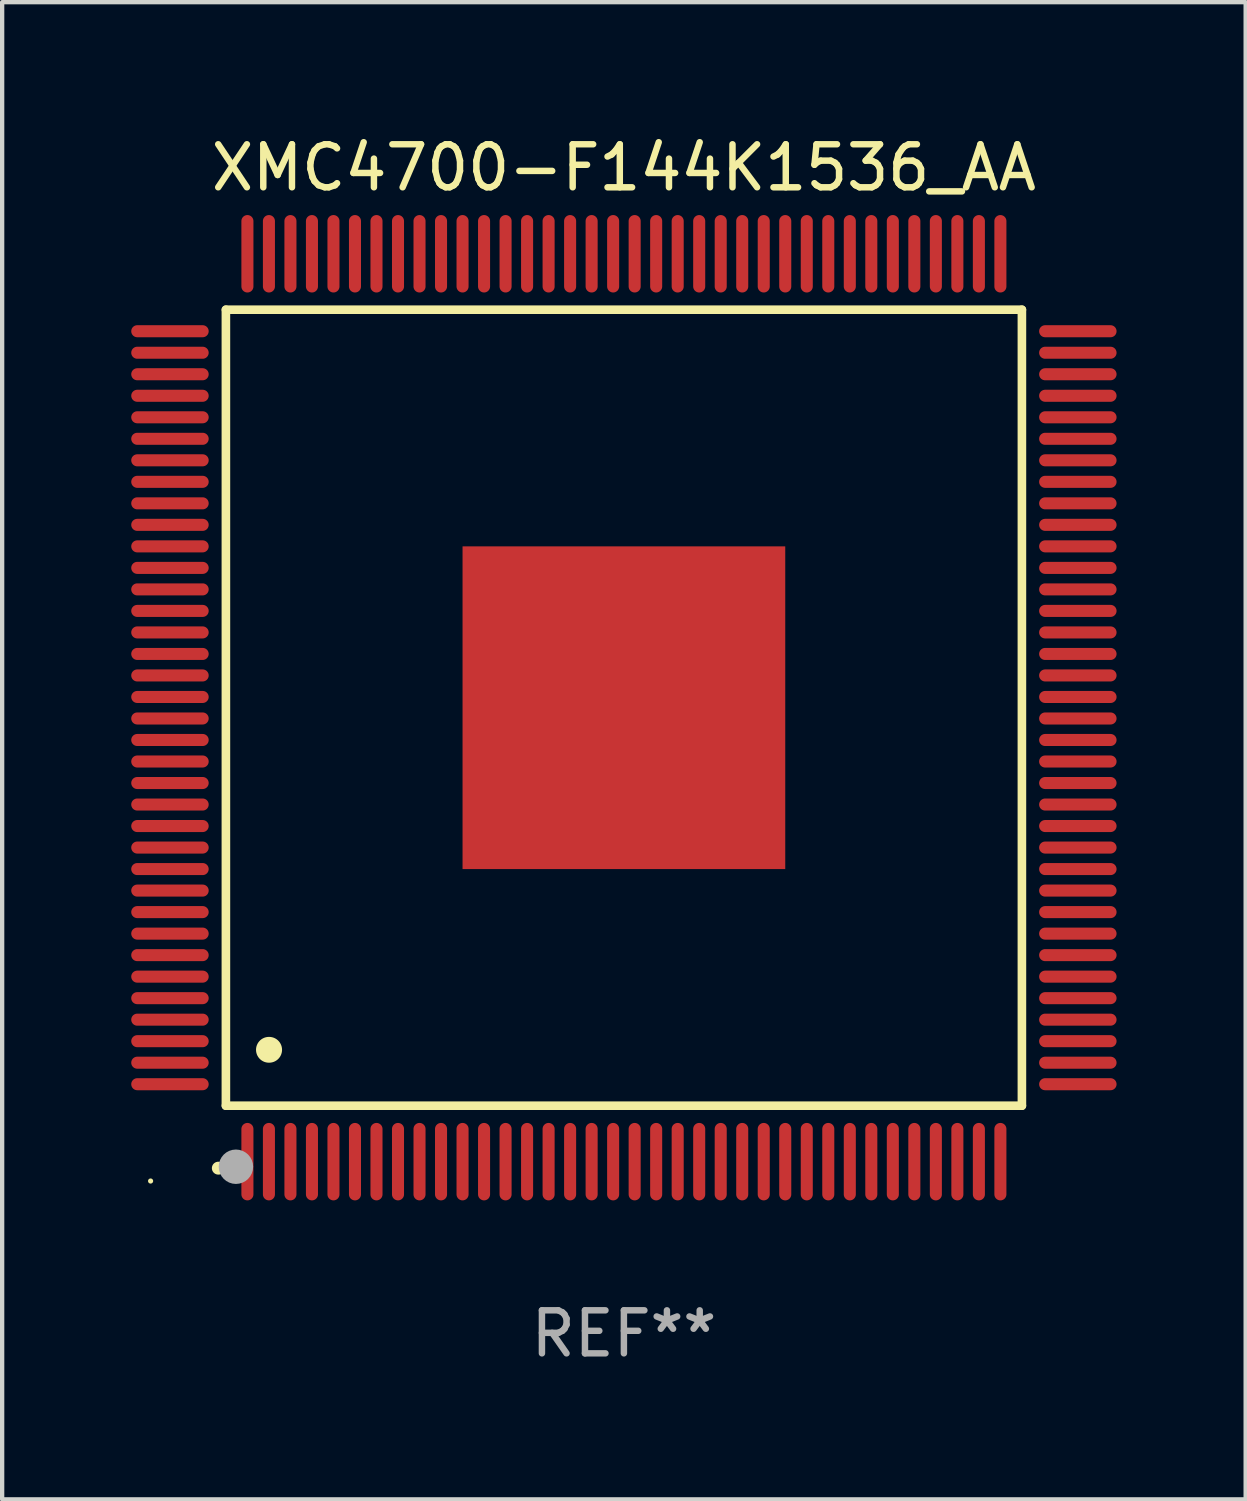
<source format=kicad_pcb>
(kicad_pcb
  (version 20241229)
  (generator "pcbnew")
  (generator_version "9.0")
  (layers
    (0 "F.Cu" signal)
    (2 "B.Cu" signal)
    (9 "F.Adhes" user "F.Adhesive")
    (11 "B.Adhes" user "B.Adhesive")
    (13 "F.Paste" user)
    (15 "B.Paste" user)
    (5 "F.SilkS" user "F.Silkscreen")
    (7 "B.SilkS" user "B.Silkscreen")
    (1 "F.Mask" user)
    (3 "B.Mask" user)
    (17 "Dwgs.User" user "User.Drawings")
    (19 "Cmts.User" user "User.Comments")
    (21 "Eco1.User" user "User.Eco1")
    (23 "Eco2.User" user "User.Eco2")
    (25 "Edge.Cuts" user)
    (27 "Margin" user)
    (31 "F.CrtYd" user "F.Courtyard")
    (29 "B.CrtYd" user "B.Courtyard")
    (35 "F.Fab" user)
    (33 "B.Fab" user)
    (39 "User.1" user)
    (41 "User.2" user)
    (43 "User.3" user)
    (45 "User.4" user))
  (footprint "XMC4700-F144K1536_AA"
    (layer "F.Cu")
    (at 11.45 13.398)
    (property "Reference" "XMC4700-F144K1536_AA" (at 0 -12.55 0) (layer "F.SilkS") (effects (font (size 1 1) (thickness 0.15))))
    (attr through_hole)
    (fp_line (start -9.25 -9.25) (end 9.25 -9.25) (stroke (width 0.2) (type solid)) (layer "F.SilkS"))
    (fp_line (start -9.25 9.25) (end -9.25 -9.25) (stroke (width 0.2) (type solid)) (layer "F.SilkS"))
    (fp_line (start 9.25 -9.25) (end 9.25 9.25) (stroke (width 0.2) (type solid)) (layer "F.SilkS"))
    (fp_line (start 9.25 9.25) (end -9.25 9.25) (stroke (width 0.2) (type solid)) (layer "F.SilkS"))
    (fp_arc (start -9.425959 10.701041) (mid -9.424689 10.701036) (end -9.423419 10.701041) (stroke (width 0.3) (type solid)) (layer "F.SilkS"))
    (fp_arc (start -8.249936 7.950216) (mid -8.247396 7.950205) (end -8.244856 7.950216) (stroke (width 0.6) (type solid)) (layer "F.SilkS"))
    (fp_circle (center -11 11) (end -10.97 11) (stroke (width 0.06) (type solid)) (fill no) (layer "F.SilkS"))
    (fp_circle (center -9.017 10.668) (end -8.817 10.668) (stroke (width 0.4) (type solid)) (fill no) (layer "F.Fab"))
    (fp_text user "REF**" (at 0 14.55 0) (layer "F.Fab") (effects (font (size 1 1) (thickness 0.15))))
    (pad "1" smd oval (at -8.75 10.55 180) (size 0.28 1.8) (layers "F.Cu" "F.Mask" "F.Paste"))
    (pad "2" smd oval (at -8.25 10.55 180) (size 0.28 1.8) (layers "F.Cu" "F.Mask" "F.Paste"))
    (pad "3" smd oval (at -7.75 10.55 180) (size 0.28 1.8) (layers "F.Cu" "F.Mask" "F.Paste"))
    (pad "4" smd oval (at -7.25 10.55 180) (size 0.28 1.8) (layers "F.Cu" "F.Mask" "F.Paste"))
    (pad "5" smd oval (at -6.75 10.55 180) (size 0.28 1.8) (layers "F.Cu" "F.Mask" "F.Paste"))
    (pad "6" smd oval (at -6.25 10.55 180) (size 0.28 1.8) (layers "F.Cu" "F.Mask" "F.Paste"))
    (pad "7" smd oval (at -5.75 10.55 180) (size 0.28 1.8) (layers "F.Cu" "F.Mask" "F.Paste"))
    (pad "8" smd oval (at -5.25 10.55 180) (size 0.28 1.8) (layers "F.Cu" "F.Mask" "F.Paste"))
    (pad "9" smd oval (at -4.75 10.55 180) (size 0.28 1.8) (layers "F.Cu" "F.Mask" "F.Paste"))
    (pad "10" smd oval (at -4.25 10.55 180) (size 0.28 1.8) (layers "F.Cu" "F.Mask" "F.Paste"))
    (pad "11" smd oval (at -3.75 10.55 180) (size 0.28 1.8) (layers "F.Cu" "F.Mask" "F.Paste"))
    (pad "12" smd oval (at -3.25 10.55 180) (size 0.28 1.8) (layers "F.Cu" "F.Mask" "F.Paste"))
    (pad "13" smd oval (at -2.75 10.55 180) (size 0.28 1.8) (layers "F.Cu" "F.Mask" "F.Paste"))
    (pad "14" smd oval (at -2.25 10.55 180) (size 0.28 1.8) (layers "F.Cu" "F.Mask" "F.Paste"))
    (pad "15" smd oval (at -1.75 10.55 180) (size 0.28 1.8) (layers "F.Cu" "F.Mask" "F.Paste"))
    (pad "16" smd oval (at -1.25 10.55 180) (size 0.28 1.8) (layers "F.Cu" "F.Mask" "F.Paste"))
    (pad "17" smd oval (at -0.75 10.55 180) (size 0.28 1.8) (layers "F.Cu" "F.Mask" "F.Paste"))
    (pad "18" smd oval (at -0.25 10.55 180) (size 0.28 1.8) (layers "F.Cu" "F.Mask" "F.Paste"))
    (pad "19" smd oval (at 0.25 10.55 180) (size 0.28 1.8) (layers "F.Cu" "F.Mask" "F.Paste"))
    (pad "20" smd oval (at 0.75 10.55 180) (size 0.28 1.8) (layers "F.Cu" "F.Mask" "F.Paste"))
    (pad "21" smd oval (at 1.25 10.55 180) (size 0.28 1.8) (layers "F.Cu" "F.Mask" "F.Paste"))
    (pad "22" smd oval (at 1.75 10.55 180) (size 0.28 1.8) (layers "F.Cu" "F.Mask" "F.Paste"))
    (pad "23" smd oval (at 2.25 10.55 180) (size 0.28 1.8) (layers "F.Cu" "F.Mask" "F.Paste"))
    (pad "24" smd oval (at 2.75 10.55 180) (size 0.28 1.8) (layers "F.Cu" "F.Mask" "F.Paste"))
    (pad "25" smd oval (at 3.25 10.55 180) (size 0.28 1.8) (layers "F.Cu" "F.Mask" "F.Paste"))
    (pad "26" smd oval (at 3.75 10.55 180) (size 0.28 1.8) (layers "F.Cu" "F.Mask" "F.Paste"))
    (pad "27" smd oval (at 4.25 10.55 180) (size 0.28 1.8) (layers "F.Cu" "F.Mask" "F.Paste"))
    (pad "28" smd oval (at 4.75 10.55 180) (size 0.28 1.8) (layers "F.Cu" "F.Mask" "F.Paste"))
    (pad "29" smd oval (at 5.25 10.55 180) (size 0.28 1.8) (layers "F.Cu" "F.Mask" "F.Paste"))
    (pad "30" smd oval (at 5.75 10.55 180) (size 0.28 1.8) (layers "F.Cu" "F.Mask" "F.Paste"))
    (pad "31" smd oval (at 6.25 10.55 180) (size 0.28 1.8) (layers "F.Cu" "F.Mask" "F.Paste"))
    (pad "32" smd oval (at 6.75 10.55 180) (size 0.28 1.8) (layers "F.Cu" "F.Mask" "F.Paste"))
    (pad "33" smd oval (at 7.25 10.55 180) (size 0.28 1.8) (layers "F.Cu" "F.Mask" "F.Paste"))
    (pad "34" smd oval (at 7.75 10.55 180) (size 0.28 1.8) (layers "F.Cu" "F.Mask" "F.Paste"))
    (pad "35" smd oval (at 8.25 10.55 180) (size 0.28 1.8) (layers "F.Cu" "F.Mask" "F.Paste"))
    (pad "36" smd oval (at 8.75 10.55 180) (size 0.28 1.8) (layers "F.Cu" "F.Mask" "F.Paste"))
    (pad "37" smd oval (at 10.55 8.75 90) (size 0.28 1.8) (layers "F.Cu" "F.Mask" "F.Paste"))
    (pad "38" smd oval (at 10.55 8.25 90) (size 0.28 1.8) (layers "F.Cu" "F.Mask" "F.Paste"))
    (pad "39" smd oval (at 10.55 7.75 90) (size 0.28 1.8) (layers "F.Cu" "F.Mask" "F.Paste"))
    (pad "40" smd oval (at 10.55 7.25 90) (size 0.28 1.8) (layers "F.Cu" "F.Mask" "F.Paste"))
    (pad "41" smd oval (at 10.55 6.75 90) (size 0.28 1.8) (layers "F.Cu" "F.Mask" "F.Paste"))
    (pad "42" smd oval (at 10.55 6.25 90) (size 0.28 1.8) (layers "F.Cu" "F.Mask" "F.Paste"))
    (pad "43" smd oval (at 10.55 5.75 90) (size 0.28 1.8) (layers "F.Cu" "F.Mask" "F.Paste"))
    (pad "44" smd oval (at 10.55 5.25 90) (size 0.28 1.8) (layers "F.Cu" "F.Mask" "F.Paste"))
    (pad "45" smd oval (at 10.55 4.75 90) (size 0.28 1.8) (layers "F.Cu" "F.Mask" "F.Paste"))
    (pad "46" smd oval (at 10.55 4.25 90) (size 0.28 1.8) (layers "F.Cu" "F.Mask" "F.Paste"))
    (pad "47" smd oval (at 10.55 3.75 90) (size 0.28 1.8) (layers "F.Cu" "F.Mask" "F.Paste"))
    (pad "48" smd oval (at 10.55 3.25 90) (size 0.28 1.8) (layers "F.Cu" "F.Mask" "F.Paste"))
    (pad "49" smd oval (at 10.55 2.75 90) (size 0.28 1.8) (layers "F.Cu" "F.Mask" "F.Paste"))
    (pad "50" smd oval (at 10.55 2.25 90) (size 0.28 1.8) (layers "F.Cu" "F.Mask" "F.Paste"))
    (pad "51" smd oval (at 10.55 1.75 90) (size 0.28 1.8) (layers "F.Cu" "F.Mask" "F.Paste"))
    (pad "52" smd oval (at 10.55 1.25 90) (size 0.28 1.8) (layers "F.Cu" "F.Mask" "F.Paste"))
    (pad "53" smd oval (at 10.55 0.75 90) (size 0.28 1.8) (layers "F.Cu" "F.Mask" "F.Paste"))
    (pad "54" smd oval (at 10.55 0.25 90) (size 0.28 1.8) (layers "F.Cu" "F.Mask" "F.Paste"))
    (pad "55" smd oval (at 10.55 -0.25 90) (size 0.28 1.8) (layers "F.Cu" "F.Mask" "F.Paste"))
    (pad "56" smd oval (at 10.55 -0.75 90) (size 0.28 1.8) (layers "F.Cu" "F.Mask" "F.Paste"))
    (pad "57" smd oval (at 10.55 -1.25 90) (size 0.28 1.8) (layers "F.Cu" "F.Mask" "F.Paste"))
    (pad "58" smd oval (at 10.55 -1.75 90) (size 0.28 1.8) (layers "F.Cu" "F.Mask" "F.Paste"))
    (pad "59" smd oval (at 10.55 -2.25 90) (size 0.28 1.8) (layers "F.Cu" "F.Mask" "F.Paste"))
    (pad "60" smd oval (at 10.55 -2.75 90) (size 0.28 1.8) (layers "F.Cu" "F.Mask" "F.Paste"))
    (pad "61" smd oval (at 10.55 -3.25 90) (size 0.28 1.8) (layers "F.Cu" "F.Mask" "F.Paste"))
    (pad "62" smd oval (at 10.55 -3.75 90) (size 0.28 1.8) (layers "F.Cu" "F.Mask" "F.Paste"))
    (pad "63" smd oval (at 10.55 -4.25 90) (size 0.28 1.8) (layers "F.Cu" "F.Mask" "F.Paste"))
    (pad "64" smd oval (at 10.55 -4.75 90) (size 0.28 1.8) (layers "F.Cu" "F.Mask" "F.Paste"))
    (pad "65" smd oval (at 10.55 -5.25 90) (size 0.28 1.8) (layers "F.Cu" "F.Mask" "F.Paste"))
    (pad "66" smd oval (at 10.55 -5.75 90) (size 0.28 1.8) (layers "F.Cu" "F.Mask" "F.Paste"))
    (pad "67" smd oval (at 10.55 -6.25 90) (size 0.28 1.8) (layers "F.Cu" "F.Mask" "F.Paste"))
    (pad "68" smd oval (at 10.55 -6.75 90) (size 0.28 1.8) (layers "F.Cu" "F.Mask" "F.Paste"))
    (pad "69" smd oval (at 10.55 -7.25 90) (size 0.28 1.8) (layers "F.Cu" "F.Mask" "F.Paste"))
    (pad "70" smd oval (at 10.55 -7.75 90) (size 0.28 1.8) (layers "F.Cu" "F.Mask" "F.Paste"))
    (pad "71" smd oval (at 10.55 -8.25 90) (size 0.28 1.8) (layers "F.Cu" "F.Mask" "F.Paste"))
    (pad "72" smd oval (at 10.55 -8.75 90) (size 0.28 1.8) (layers "F.Cu" "F.Mask" "F.Paste"))
    (pad "73" smd oval (at 8.75 -10.55 180) (size 0.28 1.8) (layers "F.Cu" "F.Mask" "F.Paste"))
    (pad "74" smd oval (at 8.25 -10.55 180) (size 0.28 1.8) (layers "F.Cu" "F.Mask" "F.Paste"))
    (pad "75" smd oval (at 7.75 -10.55 180) (size 0.28 1.8) (layers "F.Cu" "F.Mask" "F.Paste"))
    (pad "76" smd oval (at 7.25 -10.55 180) (size 0.28 1.8) (layers "F.Cu" "F.Mask" "F.Paste"))
    (pad "77" smd oval (at 6.75 -10.55 180) (size 0.28 1.8) (layers "F.Cu" "F.Mask" "F.Paste"))
    (pad "78" smd oval (at 6.25 -10.55 180) (size 0.28 1.8) (layers "F.Cu" "F.Mask" "F.Paste"))
    (pad "79" smd oval (at 5.75 -10.55 180) (size 0.28 1.8) (layers "F.Cu" "F.Mask" "F.Paste"))
    (pad "80" smd oval (at 5.25 -10.55 180) (size 0.28 1.8) (layers "F.Cu" "F.Mask" "F.Paste"))
    (pad "81" smd oval (at 4.75 -10.55 180) (size 0.28 1.8) (layers "F.Cu" "F.Mask" "F.Paste"))
    (pad "82" smd oval (at 4.25 -10.55 180) (size 0.28 1.8) (layers "F.Cu" "F.Mask" "F.Paste"))
    (pad "83" smd oval (at 3.75 -10.55 180) (size 0.28 1.8) (layers "F.Cu" "F.Mask" "F.Paste"))
    (pad "84" smd oval (at 3.25 -10.55 180) (size 0.28 1.8) (layers "F.Cu" "F.Mask" "F.Paste"))
    (pad "85" smd oval (at 2.75 -10.55 180) (size 0.28 1.8) (layers "F.Cu" "F.Mask" "F.Paste"))
    (pad "86" smd oval (at 2.25 -10.55 180) (size 0.28 1.8) (layers "F.Cu" "F.Mask" "F.Paste"))
    (pad "87" smd oval (at 1.75 -10.55 180) (size 0.28 1.8) (layers "F.Cu" "F.Mask" "F.Paste"))
    (pad "88" smd oval (at 1.25 -10.55 180) (size 0.28 1.8) (layers "F.Cu" "F.Mask" "F.Paste"))
    (pad "89" smd oval (at 0.75 -10.55 180) (size 0.28 1.8) (layers "F.Cu" "F.Mask" "F.Paste"))
    (pad "90" smd oval (at 0.25 -10.55 180) (size 0.28 1.8) (layers "F.Cu" "F.Mask" "F.Paste"))
    (pad "91" smd oval (at -0.25 -10.55 180) (size 0.28 1.8) (layers "F.Cu" "F.Mask" "F.Paste"))
    (pad "92" smd oval (at -0.75 -10.55 180) (size 0.28 1.8) (layers "F.Cu" "F.Mask" "F.Paste"))
    (pad "93" smd oval (at -1.25 -10.55 180) (size 0.28 1.8) (layers "F.Cu" "F.Mask" "F.Paste"))
    (pad "94" smd oval (at -1.75 -10.55 180) (size 0.28 1.8) (layers "F.Cu" "F.Mask" "F.Paste"))
    (pad "95" smd oval (at -2.25 -10.55 180) (size 0.28 1.8) (layers "F.Cu" "F.Mask" "F.Paste"))
    (pad "96" smd oval (at -2.75 -10.55 180) (size 0.28 1.8) (layers "F.Cu" "F.Mask" "F.Paste"))
    (pad "97" smd oval (at -3.25 -10.55 180) (size 0.28 1.8) (layers "F.Cu" "F.Mask" "F.Paste"))
    (pad "98" smd oval (at -3.75 -10.55 180) (size 0.28 1.8) (layers "F.Cu" "F.Mask" "F.Paste"))
    (pad "99" smd oval (at -4.25 -10.55 180) (size 0.28 1.8) (layers "F.Cu" "F.Mask" "F.Paste"))
    (pad "100" smd oval (at -4.75 -10.55 180) (size 0.28 1.8) (layers "F.Cu" "F.Mask" "F.Paste"))
    (pad "101" smd oval (at -5.25 -10.55 180) (size 0.28 1.8) (layers "F.Cu" "F.Mask" "F.Paste"))
    (pad "102" smd oval (at -5.75 -10.55 180) (size 0.28 1.8) (layers "F.Cu" "F.Mask" "F.Paste"))
    (pad "103" smd oval (at -6.25 -10.55 180) (size 0.28 1.8) (layers "F.Cu" "F.Mask" "F.Paste"))
    (pad "104" smd oval (at -6.75 -10.55 180) (size 0.28 1.8) (layers "F.Cu" "F.Mask" "F.Paste"))
    (pad "105" smd oval (at -7.25 -10.55 180) (size 0.28 1.8) (layers "F.Cu" "F.Mask" "F.Paste"))
    (pad "106" smd oval (at -7.75 -10.55 180) (size 0.28 1.8) (layers "F.Cu" "F.Mask" "F.Paste"))
    (pad "107" smd oval (at -8.25 -10.55 180) (size 0.28 1.8) (layers "F.Cu" "F.Mask" "F.Paste"))
    (pad "108" smd oval (at -8.75 -10.55 180) (size 0.28 1.8) (layers "F.Cu" "F.Mask" "F.Paste"))
    (pad "109" smd oval (at -10.55 -8.75 90) (size 0.28 1.8) (layers "F.Cu" "F.Mask" "F.Paste"))
    (pad "110" smd oval (at -10.55 -8.25 90) (size 0.28 1.8) (layers "F.Cu" "F.Mask" "F.Paste"))
    (pad "111" smd oval (at -10.55 -7.75 90) (size 0.28 1.8) (layers "F.Cu" "F.Mask" "F.Paste"))
    (pad "112" smd oval (at -10.55 -7.25 90) (size 0.28 1.8) (layers "F.Cu" "F.Mask" "F.Paste"))
    (pad "113" smd oval (at -10.55 -6.75 90) (size 0.28 1.8) (layers "F.Cu" "F.Mask" "F.Paste"))
    (pad "114" smd oval (at -10.55 -6.25 90) (size 0.28 1.8) (layers "F.Cu" "F.Mask" "F.Paste"))
    (pad "115" smd oval (at -10.55 -5.75 90) (size 0.28 1.8) (layers "F.Cu" "F.Mask" "F.Paste"))
    (pad "116" smd oval (at -10.55 -5.25 90) (size 0.28 1.8) (layers "F.Cu" "F.Mask" "F.Paste"))
    (pad "117" smd oval (at -10.55 -4.75 90) (size 0.28 1.8) (layers "F.Cu" "F.Mask" "F.Paste"))
    (pad "118" smd oval (at -10.55 -4.25 90) (size 0.28 1.8) (layers "F.Cu" "F.Mask" "F.Paste"))
    (pad "119" smd oval (at -10.55 -3.75 90) (size 0.28 1.8) (layers "F.Cu" "F.Mask" "F.Paste"))
    (pad "120" smd oval (at -10.55 -3.25 90) (size 0.28 1.8) (layers "F.Cu" "F.Mask" "F.Paste"))
    (pad "121" smd oval (at -10.55 -2.75 90) (size 0.28 1.8) (layers "F.Cu" "F.Mask" "F.Paste"))
    (pad "122" smd oval (at -10.55 -2.25 90) (size 0.28 1.8) (layers "F.Cu" "F.Mask" "F.Paste"))
    (pad "123" smd oval (at -10.55 -1.75 90) (size 0.28 1.8) (layers "F.Cu" "F.Mask" "F.Paste"))
    (pad "124" smd oval (at -10.55 -1.25 90) (size 0.28 1.8) (layers "F.Cu" "F.Mask" "F.Paste"))
    (pad "125" smd oval (at -10.55 -0.75 90) (size 0.28 1.8) (layers "F.Cu" "F.Mask" "F.Paste"))
    (pad "126" smd oval (at -10.55 -0.25 90) (size 0.28 1.8) (layers "F.Cu" "F.Mask" "F.Paste"))
    (pad "127" smd oval (at -10.55 0.25 90) (size 0.28 1.8) (layers "F.Cu" "F.Mask" "F.Paste"))
    (pad "128" smd oval (at -10.55 0.75 90) (size 0.28 1.8) (layers "F.Cu" "F.Mask" "F.Paste"))
    (pad "129" smd oval (at -10.55 1.25 90) (size 0.28 1.8) (layers "F.Cu" "F.Mask" "F.Paste"))
    (pad "130" smd oval (at -10.55 1.75 90) (size 0.28 1.8) (layers "F.Cu" "F.Mask" "F.Paste"))
    (pad "131" smd oval (at -10.55 2.25 90) (size 0.28 1.8) (layers "F.Cu" "F.Mask" "F.Paste"))
    (pad "132" smd oval (at -10.55 2.75 90) (size 0.28 1.8) (layers "F.Cu" "F.Mask" "F.Paste"))
    (pad "133" smd oval (at -10.55 3.25 90) (size 0.28 1.8) (layers "F.Cu" "F.Mask" "F.Paste"))
    (pad "134" smd oval (at -10.55 3.75 90) (size 0.28 1.8) (layers "F.Cu" "F.Mask" "F.Paste"))
    (pad "135" smd oval (at -10.55 4.25 90) (size 0.28 1.8) (layers "F.Cu" "F.Mask" "F.Paste"))
    (pad "136" smd oval (at -10.55 4.75 90) (size 0.28 1.8) (layers "F.Cu" "F.Mask" "F.Paste"))
    (pad "137" smd oval (at -10.55 5.25 90) (size 0.28 1.8) (layers "F.Cu" "F.Mask" "F.Paste"))
    (pad "138" smd oval (at -10.55 5.75 90) (size 0.28 1.8) (layers "F.Cu" "F.Mask" "F.Paste"))
    (pad "139" smd oval (at -10.55 6.25 90) (size 0.28 1.8) (layers "F.Cu" "F.Mask" "F.Paste"))
    (pad "140" smd oval (at -10.55 6.75 90) (size 0.28 1.8) (layers "F.Cu" "F.Mask" "F.Paste"))
    (pad "141" smd oval (at -10.55 7.25 90) (size 0.28 1.8) (layers "F.Cu" "F.Mask" "F.Paste"))
    (pad "142" smd oval (at -10.55 7.75 90) (size 0.28 1.8) (layers "F.Cu" "F.Mask" "F.Paste"))
    (pad "143" smd oval (at -10.55 8.25 90) (size 0.28 1.8) (layers "F.Cu" "F.Mask" "F.Paste"))
    (pad "144" smd oval (at -10.55 8.75 90) (size 0.28 1.8) (layers "F.Cu" "F.Mask" "F.Paste"))
    (pad "145" smd rect (at 0 0 90) (size 7.5 7.5) (layers "F.Cu" "F.Mask" "F.Paste")))
  (gr_rect
    (start -3 -3)
    (end 25.9 31.796)
    (stroke (width 0.1) (type default))
    (fill no)
    (layer "Edge.Cuts")))
</source>
